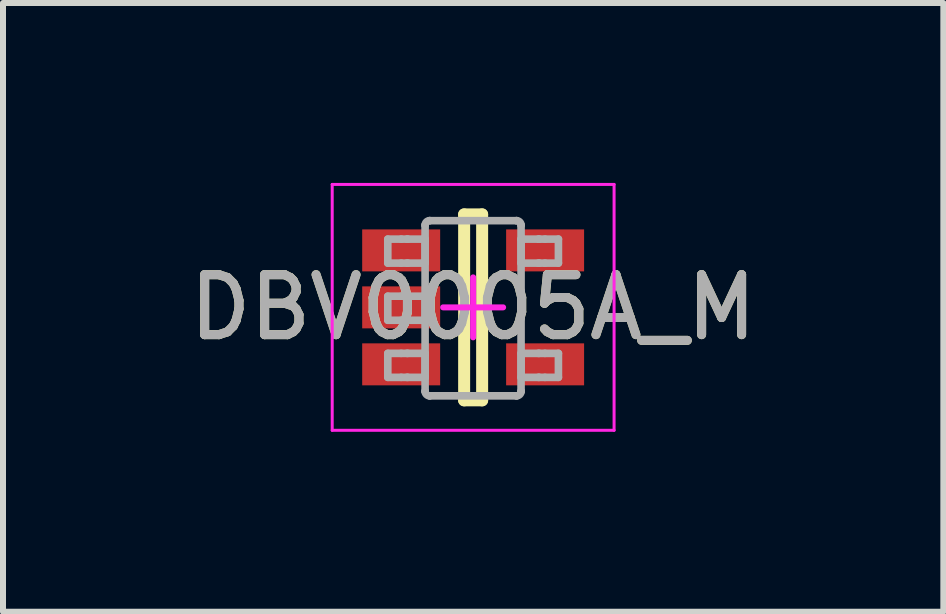
<source format=kicad_pcb>
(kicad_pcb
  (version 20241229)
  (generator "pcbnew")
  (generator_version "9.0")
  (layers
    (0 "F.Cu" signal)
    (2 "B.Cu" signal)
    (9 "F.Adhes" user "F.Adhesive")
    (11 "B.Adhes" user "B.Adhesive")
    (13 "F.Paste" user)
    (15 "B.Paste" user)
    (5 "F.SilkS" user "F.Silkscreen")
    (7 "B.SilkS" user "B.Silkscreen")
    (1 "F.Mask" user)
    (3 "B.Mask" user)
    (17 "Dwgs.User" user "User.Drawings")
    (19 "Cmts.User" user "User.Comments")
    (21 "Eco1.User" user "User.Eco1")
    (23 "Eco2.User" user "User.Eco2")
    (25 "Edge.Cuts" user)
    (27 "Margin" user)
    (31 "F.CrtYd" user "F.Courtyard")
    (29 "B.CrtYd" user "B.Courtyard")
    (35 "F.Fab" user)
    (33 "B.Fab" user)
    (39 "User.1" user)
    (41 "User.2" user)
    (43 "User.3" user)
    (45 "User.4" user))
  (footprint "DBV0005A_M"
    (layer "F.Cu")
    (at 4.839 2.075)
    (property "Reference" "DBV0005A_M" (at 0 0 0) (unlocked yes) (layer "F.SilkS") (effects (font (size 1 1) (thickness 0.15))))
    (attr smd)
    (fp_line (start -0.15 -1.55) (end 0.15 -1.55) (stroke (width 0.2) (type solid)) (layer "F.SilkS"))
    (fp_line (start -0.15 1.55) (end -0.15 -1.55) (stroke (width 0.2) (type solid)) (layer "F.SilkS"))
    (fp_line (start -0.15 1.55) (end 0.15 1.55) (stroke (width 0.2) (type solid)) (layer "F.SilkS"))
    (fp_line (start 0.15 1.55) (end 0.15 -1.55) (stroke (width 0.2) (type solid)) (layer "F.SilkS"))
    (fp_line (start -2.35 -2.05) (end 2.35 -2.05) (stroke (width 0.05) (type solid)) (layer "F.CrtYd"))
    (fp_line (start -2.35 2.05) (end -2.35 -2.05) (stroke (width 0.05) (type solid)) (layer "F.CrtYd"))
    (fp_line (start -2.35 2.05) (end 2.35 2.05) (stroke (width 0.05) (type solid)) (layer "F.CrtYd"))
    (fp_line (start -0.5 0) (end 0.5 0) (stroke (width 0.1) (type solid)) (layer "F.CrtYd"))
    (fp_line (start 0 0.5) (end 0 -0.5) (stroke (width 0.1) (type solid)) (layer "F.CrtYd"))
    (fp_line (start 2.35 2.05) (end 2.35 -2.05) (stroke (width 0.05) (type solid)) (layer "F.CrtYd"))
    (fp_line (start -1.423 -1.138) (end -1.199 -1.138) (stroke (width 0.127) (type solid)) (layer "F.Fab"))
    (fp_line (start -1.423 -0.738) (end -1.423 -1.138) (stroke (width 0.127) (type solid)) (layer "F.Fab"))
    (fp_line (start -1.423 -0.738) (end -1.199 -0.738) (stroke (width 0.127) (type solid)) (layer "F.Fab"))
    (fp_line (start -1.423 -0.186) (end -1.199 -0.186) (stroke (width 0.127) (type solid)) (layer "F.Fab"))
    (fp_line (start -1.423 0.215) (end -1.423 -0.186) (stroke (width 0.127) (type solid)) (layer "F.Fab"))
    (fp_line (start -1.423 0.215) (end -1.199 0.215) (stroke (width 0.127) (type solid)) (layer "F.Fab"))
    (fp_line (start -1.423 0.767) (end -1.199 0.767) (stroke (width 0.127) (type solid)) (layer "F.Fab"))
    (fp_line (start -1.423 1.167) (end -1.423 0.767) (stroke (width 0.127) (type solid)) (layer "F.Fab"))
    (fp_line (start -1.423 1.167) (end -1.199 1.167) (stroke (width 0.127) (type solid)) (layer "F.Fab"))
    (fp_line (start -1.199 -1.138) (end -1.105 -1.138) (stroke (width 0.127) (type solid)) (layer "F.Fab"))
    (fp_line (start -1.199 -0.738) (end -1.105 -0.738) (stroke (width 0.127) (type solid)) (layer "F.Fab"))
    (fp_line (start -1.199 -0.186) (end -1.105 -0.186) (stroke (width 0.127) (type solid)) (layer "F.Fab"))
    (fp_line (start -1.199 0.215) (end -1.105 0.215) (stroke (width 0.127) (type solid)) (layer "F.Fab"))
    (fp_line (start -1.199 0.767) (end -1.105 0.767) (stroke (width 0.127) (type solid)) (layer "F.Fab"))
    (fp_line (start -1.199 1.167) (end -1.105 1.167) (stroke (width 0.127) (type solid)) (layer "F.Fab"))
    (fp_line (start -1.105 -1.138) (end -1.088 -1.138) (stroke (width 0.127) (type solid)) (layer "F.Fab"))
    (fp_line (start -1.105 -0.738) (end -1.088 -0.738) (stroke (width 0.127) (type solid)) (layer "F.Fab"))
    (fp_line (start -1.105 -0.186) (end -1.088 -0.186) (stroke (width 0.127) (type solid)) (layer "F.Fab"))
    (fp_line (start -1.105 0.215) (end -1.088 0.215) (stroke (width 0.127) (type solid)) (layer "F.Fab"))
    (fp_line (start -1.105 0.767) (end -1.088 0.767) (stroke (width 0.127) (type solid)) (layer "F.Fab"))
    (fp_line (start -1.105 1.167) (end -1.088 1.167) (stroke (width 0.127) (type solid)) (layer "F.Fab"))
    (fp_line (start -1.088 -1.138) (end -0.835 -1.138) (stroke (width 0.127) (type solid)) (layer "F.Fab"))
    (fp_line (start -1.088 -0.738) (end -0.835 -0.738) (stroke (width 0.127) (type solid)) (layer "F.Fab"))
    (fp_line (start -1.088 -0.186) (end -0.835 -0.186) (stroke (width 0.127) (type solid)) (layer "F.Fab"))
    (fp_line (start -1.088 0.215) (end -0.835 0.215) (stroke (width 0.127) (type solid)) (layer "F.Fab"))
    (fp_line (start -1.088 0.767) (end -0.835 0.767) (stroke (width 0.127) (type solid)) (layer "F.Fab"))
    (fp_line (start -1.088 1.167) (end -0.835 1.167) (stroke (width 0.127) (type solid)) (layer "F.Fab"))
    (fp_line (start -0.835 -1.138) (end -0.801 -1.138) (stroke (width 0.127) (type solid)) (layer "F.Fab"))
    (fp_line (start -0.835 -0.738) (end -0.801 -0.738) (stroke (width 0.127) (type solid)) (layer "F.Fab"))
    (fp_line (start -0.835 -0.186) (end -0.801 -0.186) (stroke (width 0.127) (type solid)) (layer "F.Fab"))
    (fp_line (start -0.835 0.215) (end -0.801 0.215) (stroke (width 0.127) (type solid)) (layer "F.Fab"))
    (fp_line (start -0.835 0.767) (end -0.801 0.767) (stroke (width 0.127) (type solid)) (layer "F.Fab"))
    (fp_line (start -0.835 1.167) (end -0.801 1.167) (stroke (width 0.127) (type solid)) (layer "F.Fab"))
    (fp_line (start -0.801 -1.37) (end -0.801 -1.371) (stroke (width 0.127) (type solid)) (layer "F.Fab"))
    (fp_line (start -0.801 -0.738) (end -0.801 -1.138) (stroke (width 0.127) (type solid)) (layer "F.Fab"))
    (fp_line (start -0.801 0.215) (end -0.801 -0.186) (stroke (width 0.127) (type solid)) (layer "F.Fab"))
    (fp_line (start -0.801 1.167) (end -0.801 0.767) (stroke (width 0.127) (type solid)) (layer "F.Fab"))
    (fp_line (start -0.801 1.399) (end -0.801 -1.37) (stroke (width 0.127) (type solid)) (layer "F.Fab"))
    (fp_line (start -0.801 1.4) (end -0.801 1.399) (stroke (width 0.127) (type solid)) (layer "F.Fab"))
    (fp_line (start -0.725 -1.446) (end -0.725 -1.446) (stroke (width 0.127) (type solid)) (layer "F.Fab"))
    (fp_line (start -0.725 1.475) (end -0.725 1.475) (stroke (width 0.127) (type solid)) (layer "F.Fab"))
    (fp_line (start -0.725 -1.446) (end 0.723 -1.446) (stroke (width 0.127) (type solid)) (layer "F.Fab"))
    (fp_line (start -0.725 1.475) (end 0.723 1.475) (stroke (width 0.127) (type solid)) (layer "F.Fab"))
    (fp_line (start 0.723 -1.446) (end 0.724 -1.446) (stroke (width 0.127) (type solid)) (layer "F.Fab"))
    (fp_line (start 0.723 1.475) (end 0.724 1.475) (stroke (width 0.127) (type solid)) (layer "F.Fab"))
    (fp_line (start 0.799 -1.37) (end 0.799 -1.371) (stroke (width 0.127) (type solid)) (layer "F.Fab"))
    (fp_line (start 0.799 -1.138) (end 0.834 -1.138) (stroke (width 0.127) (type solid)) (layer "F.Fab"))
    (fp_line (start 0.799 -0.738) (end 0.799 -1.138) (stroke (width 0.127) (type solid)) (layer "F.Fab"))
    (fp_line (start 0.799 -0.738) (end 0.834 -0.738) (stroke (width 0.127) (type solid)) (layer "F.Fab"))
    (fp_line (start 0.799 0.767) (end 0.834 0.767) (stroke (width 0.127) (type solid)) (layer "F.Fab"))
    (fp_line (start 0.799 1.167) (end 0.799 0.767) (stroke (width 0.127) (type solid)) (layer "F.Fab"))
    (fp_line (start 0.799 1.167) (end 0.834 1.167) (stroke (width 0.127) (type solid)) (layer "F.Fab"))
    (fp_line (start 0.799 1.399) (end 0.799 -1.37) (stroke (width 0.127) (type solid)) (layer "F.Fab"))
    (fp_line (start 0.799 1.4) (end 0.799 1.399) (stroke (width 0.127) (type solid)) (layer "F.Fab"))
    (fp_line (start 0.834 -1.138) (end 1.087 -1.138) (stroke (width 0.127) (type solid)) (layer "F.Fab"))
    (fp_line (start 0.834 -0.738) (end 1.087 -0.738) (stroke (width 0.127) (type solid)) (layer "F.Fab"))
    (fp_line (start 0.834 0.767) (end 1.087 0.767) (stroke (width 0.127) (type solid)) (layer "F.Fab"))
    (fp_line (start 0.834 1.167) (end 1.087 1.167) (stroke (width 0.127) (type solid)) (layer "F.Fab"))
    (fp_line (start 1.087 -1.138) (end 1.103 -1.138) (stroke (width 0.127) (type solid)) (layer "F.Fab"))
    (fp_line (start 1.087 -0.738) (end 1.103 -0.738) (stroke (width 0.127) (type solid)) (layer "F.Fab"))
    (fp_line (start 1.087 0.767) (end 1.103 0.767) (stroke (width 0.127) (type solid)) (layer "F.Fab"))
    (fp_line (start 1.087 1.167) (end 1.103 1.167) (stroke (width 0.127) (type solid)) (layer "F.Fab"))
    (fp_line (start 1.103 -1.138) (end 1.198 -1.138) (stroke (width 0.127) (type solid)) (layer "F.Fab"))
    (fp_line (start 1.103 -0.738) (end 1.198 -0.738) (stroke (width 0.127) (type solid)) (layer "F.Fab"))
    (fp_line (start 1.103 0.767) (end 1.198 0.767) (stroke (width 0.127) (type solid)) (layer "F.Fab"))
    (fp_line (start 1.103 1.167) (end 1.198 1.167) (stroke (width 0.127) (type solid)) (layer "F.Fab"))
    (fp_line (start 1.198 -1.138) (end 1.422 -1.138) (stroke (width 0.127) (type solid)) (layer "F.Fab"))
    (fp_line (start 1.198 -0.738) (end 1.422 -0.738) (stroke (width 0.127) (type solid)) (layer "F.Fab"))
    (fp_line (start 1.198 0.767) (end 1.422 0.767) (stroke (width 0.127) (type solid)) (layer "F.Fab"))
    (fp_line (start 1.198 1.167) (end 1.422 1.167) (stroke (width 0.127) (type solid)) (layer "F.Fab"))
    (fp_line (start 1.422 -0.738) (end 1.422 -1.138) (stroke (width 0.127) (type solid)) (layer "F.Fab"))
    (fp_line (start 1.422 1.167) (end 1.422 0.767) (stroke (width 0.127) (type solid)) (layer "F.Fab"))
    (fp_arc (start -0.80074 -1.37084) (mid -0.778218 -1.423887) (end -0.724999 -1.445998) (stroke (width 0.127) (type solid)) (layer "F.Fab"))
    (fp_arc (start -0.724999 1.475) (mid -0.778213 1.452901) (end -0.80074 1.399867) (stroke (width 0.127) (type solid)) (layer "F.Fab"))
    (fp_arc (start 0.723714 -1.445998) (mid 0.776933 -1.423887) (end 0.799455 -1.37084) (stroke (width 0.127) (type solid)) (layer "F.Fab"))
    (fp_arc (start 0.799455 1.399868) (mid 0.776927 1.452901) (end 0.723713 1.475) (stroke (width 0.127) (type solid)) (layer "F.Fab"))
    (fp_text user "${REFERENCE}" (at 0 0 0) (unlocked yes) (layer "F.Fab") (effects (font (size 1 1) (thickness 0.15))))
    (pad "1" smd rect (at -1.2 -0.95 90) (size 0.7 1.3) (layers "F.Cu" "F.Mask" "F.Paste"))
    (pad "2" smd rect (at -1.2 0 90) (size 0.7 1.3) (layers "F.Cu" "F.Mask" "F.Paste"))
    (pad "3" smd rect (at -1.2 0.95 90) (size 0.7 1.3) (layers "F.Cu" "F.Mask" "F.Paste"))
    (pad "4" smd rect (at 1.2 0.95 90) (size 0.7 1.3) (layers "F.Cu" "F.Mask" "F.Paste"))
    (pad "5" smd rect (at 1.2 -0.95 90) (size 0.7 1.3) (layers "F.Cu" "F.Mask" "F.Paste")))
  (gr_rect
    (start -3 -3)
    (end 12.679 7.15)
    (stroke (width 0.1) (type default))
    (fill no)
    (layer "Edge.Cuts")))
</source>
